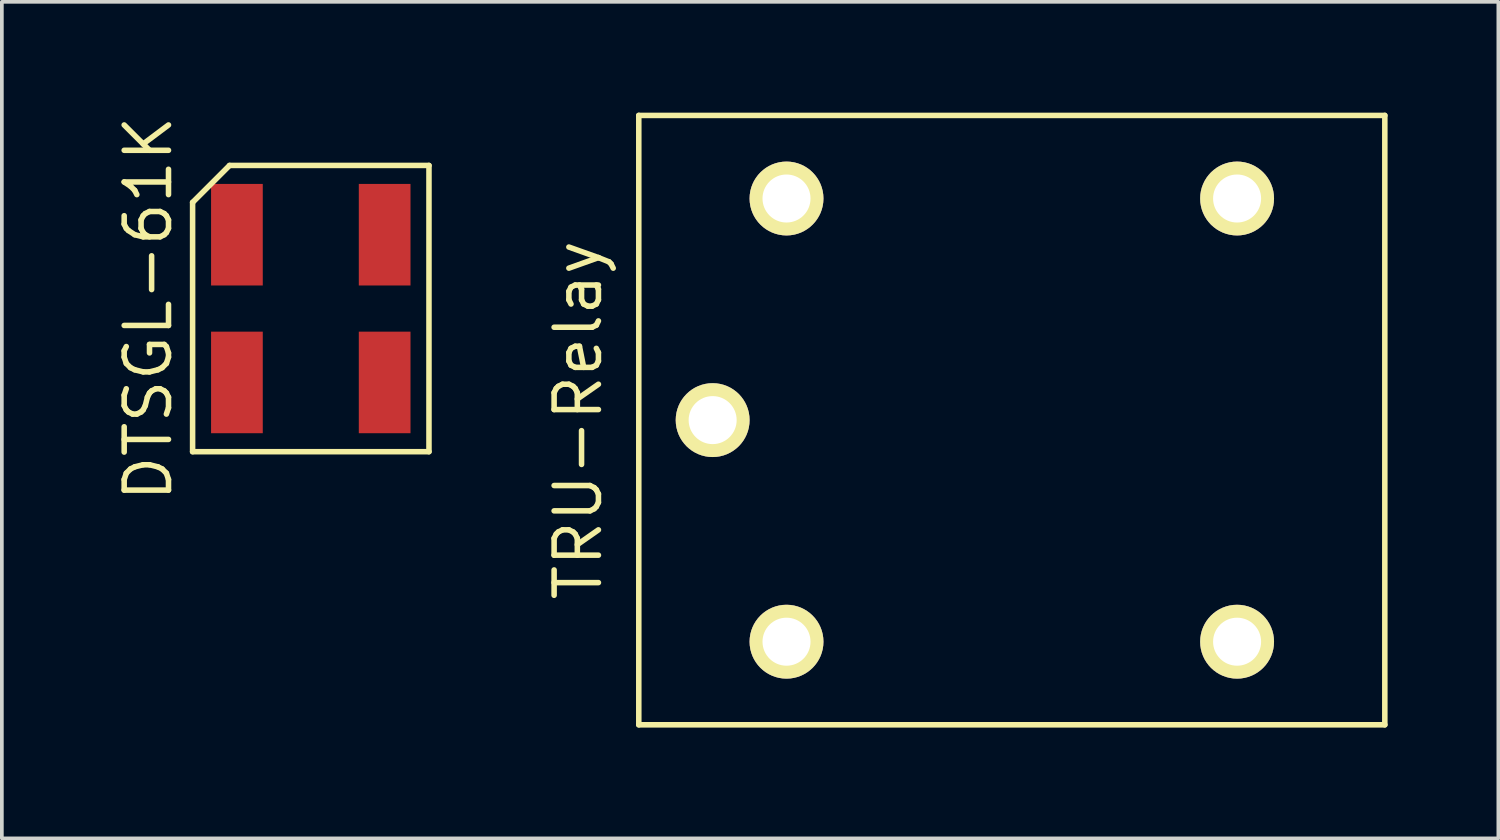
<source format=kicad_pcb>
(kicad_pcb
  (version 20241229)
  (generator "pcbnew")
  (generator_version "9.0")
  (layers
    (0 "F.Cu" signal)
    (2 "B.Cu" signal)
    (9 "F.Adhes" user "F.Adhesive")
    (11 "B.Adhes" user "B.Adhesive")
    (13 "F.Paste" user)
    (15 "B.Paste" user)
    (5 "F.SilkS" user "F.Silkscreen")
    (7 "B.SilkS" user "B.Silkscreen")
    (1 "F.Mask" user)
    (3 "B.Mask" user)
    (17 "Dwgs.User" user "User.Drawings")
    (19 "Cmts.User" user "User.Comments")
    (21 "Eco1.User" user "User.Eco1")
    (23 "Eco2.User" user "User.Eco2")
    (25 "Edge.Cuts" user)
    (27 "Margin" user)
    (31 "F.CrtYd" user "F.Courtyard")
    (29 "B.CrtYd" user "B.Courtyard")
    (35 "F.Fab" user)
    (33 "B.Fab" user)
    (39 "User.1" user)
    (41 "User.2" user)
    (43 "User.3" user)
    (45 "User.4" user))
  (footprint "DTSGL-61K"
    (layer "F.Cu")
    (at 5.365 5.305)
    (property "Reference" "DTSGL-61K" (at -4.4 0 90) (layer "F.SilkS") (effects (font (size 1.2 1.2) (thickness 0.15))))
    (attr through_hole)
    (fp_line (start -3.2 -2.875) (end -3.2 3.875) (stroke (width 0.15) (type solid)) (layer "F.SilkS"))
    (fp_line (start -3.2 3.875) (end 3.2 3.875) (stroke (width 0.15) (type solid)) (layer "F.SilkS"))
    (fp_line (start -2.2 -3.875) (end -3.2 -2.875) (stroke (width 0.15) (type solid)) (layer "F.SilkS"))
    (fp_line (start 3.2 -3.875) (end -2.2 -3.875) (stroke (width 0.15) (type solid)) (layer "F.SilkS"))
    (fp_line (start 3.2 3.875) (end 3.2 -3.875) (stroke (width 0.15) (type solid)) (layer "F.SilkS"))
    (pad "1" smd rect (at -2 -2) (size 1.4 2.75) (layers "F.Cu" "F.Mask" "F.Paste"))
    (pad "1" smd rect (at -2 2) (size 1.4 2.75) (layers "F.Cu" "F.Mask" "F.Paste"))
    (pad "2" smd rect (at 2 -2) (size 1.4 2.75) (layers "F.Cu" "F.Mask" "F.Paste"))
    (pad "2" smd rect (at 2 2) (size 1.4 2.75) (layers "F.Cu" "F.Mask" "F.Paste")))
  (footprint "TRU-Relay"
    (layer "F.Cu")
    (at 24.346 8.325)
    (property "Reference" "TRU-Relay" (at -11.74 0 90) (layer "F.SilkS") (effects (font (size 1.2 1.2) (thickness 0.15))))
    (attr through_hole)
    (fp_line (start -10.1 -8.25) (end -10.1 8.25) (stroke (width 0.15) (type solid)) (layer "F.SilkS"))
    (fp_line (start -10.1 8.25) (end 10.1 8.25) (stroke (width 0.15) (type solid)) (layer "F.SilkS"))
    (fp_line (start 10.1 -8.25) (end -10.1 -8.25) (stroke (width 0.15) (type solid)) (layer "F.SilkS"))
    (fp_line (start 10.1 8.25) (end 10.1 -8.25) (stroke (width 0.15) (type solid)) (layer "F.SilkS"))
    (pad "1" thru_hole circle (at -6.1 -6) (size 2 2) (drill 1.3) (layers "*.Cu" "*.Mask" "F.SilkS"))
    (pad "2" thru_hole circle (at -6.1 6) (size 2 2) (drill 1.3) (layers "*.Cu" "*.Mask" "F.SilkS"))
    (pad "3" thru_hole circle (at -8.1 0) (size 2 2) (drill 1.3) (layers "*.Cu" "*.Mask" "F.SilkS"))
    (pad "4" thru_hole circle (at 6.1 6) (size 2 2) (drill 1.3) (layers "*.Cu" "*.Mask" "F.SilkS"))
    (pad "5" thru_hole circle (at 6.1 -6) (size 2 2) (drill 1.3) (layers "*.Cu" "*.Mask" "F.SilkS")))
  (gr_rect
    (start -3 -3)
    (end 37.52 19.65)
    (stroke (width 0.1) (type default))
    (fill no)
    (layer "Edge.Cuts")))
</source>
